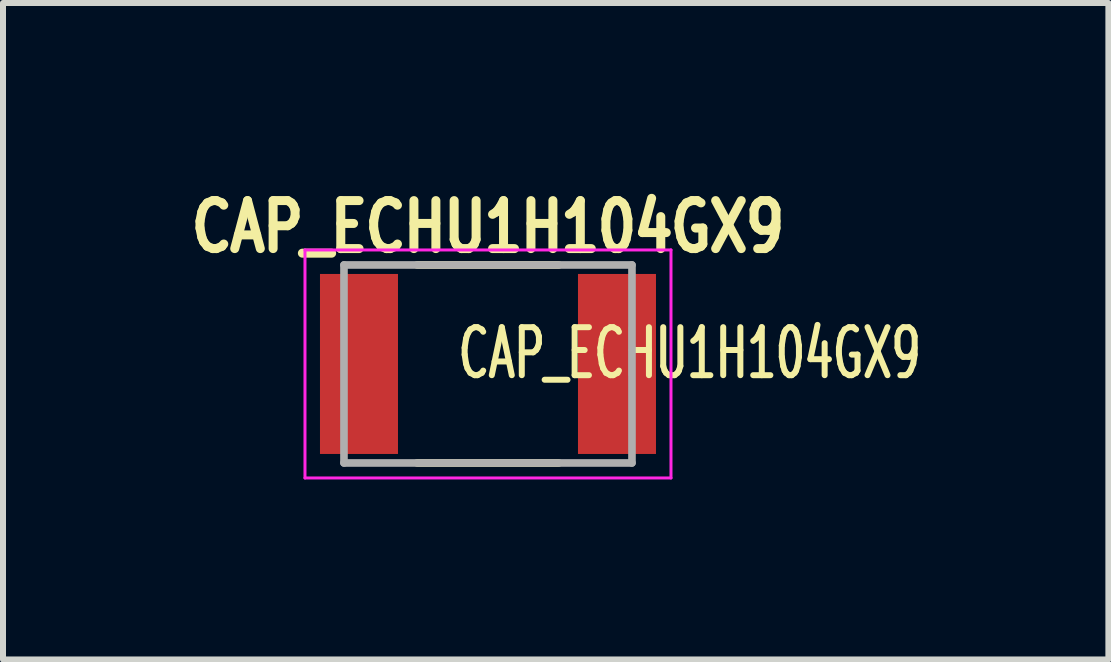
<source format=kicad_pcb>
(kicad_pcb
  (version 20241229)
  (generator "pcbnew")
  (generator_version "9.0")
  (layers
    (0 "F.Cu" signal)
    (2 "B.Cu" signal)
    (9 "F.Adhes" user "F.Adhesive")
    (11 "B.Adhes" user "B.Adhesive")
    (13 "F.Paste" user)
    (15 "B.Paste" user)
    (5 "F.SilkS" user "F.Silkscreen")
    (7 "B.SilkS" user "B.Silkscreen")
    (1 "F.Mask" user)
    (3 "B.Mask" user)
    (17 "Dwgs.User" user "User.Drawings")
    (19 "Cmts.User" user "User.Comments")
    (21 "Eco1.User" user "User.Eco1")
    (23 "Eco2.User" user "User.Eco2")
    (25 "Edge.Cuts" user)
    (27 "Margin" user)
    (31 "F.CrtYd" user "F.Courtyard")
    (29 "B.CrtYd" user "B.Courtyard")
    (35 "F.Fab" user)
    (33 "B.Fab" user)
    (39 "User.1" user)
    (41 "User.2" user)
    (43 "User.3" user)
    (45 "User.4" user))
  (footprint "CAP_ECHU1H104GX9"
    (layer "F.Cu")
    (at 5.083 3.016)
    (property "Reference" "CAP_ECHU1H104GX9" (at 0 -2.285 0) (layer "F.SilkS") (effects (font (size 0.8 0.64) (thickness 0.15))))
    (property "Value" "CAP_ECHU1H104GX9" (at 1.75 2.565 0) (layer "F.Fab") (hide yes) (effects (font (size 0.8 0.64) (thickness 0.15))))
    (attr smd)
    (fp_line (start -1.18 -1.65) (end 1.18 -1.65) (stroke (width 0.127) (type solid)) (layer "F.SilkS"))
    (fp_line (start -1.18 1.65) (end 1.18 1.65) (stroke (width 0.127) (type solid)) (layer "F.SilkS"))
    (fp_line (start -3.05 -1.9) (end -3.05 1.9) (stroke (width 0.05) (type solid)) (layer "F.CrtYd"))
    (fp_line (start -3.05 1.9) (end 3.05 1.9) (stroke (width 0.05) (type solid)) (layer "F.CrtYd"))
    (fp_line (start 3.05 -1.9) (end -3.05 -1.9) (stroke (width 0.05) (type solid)) (layer "F.CrtYd"))
    (fp_line (start 3.05 1.9) (end 3.05 -1.9) (stroke (width 0.05) (type solid)) (layer "F.CrtYd"))
    (fp_line (start -2.4 -1.65) (end -2.4 1.65) (stroke (width 0.127) (type solid)) (layer "F.Fab"))
    (fp_line (start -2.4 -1.65) (end 2.4 -1.65) (stroke (width 0.127) (type solid)) (layer "F.Fab"))
    (fp_line (start -2.4 1.65) (end 2.4 1.65) (stroke (width 0.127) (type solid)) (layer "F.Fab"))
    (fp_line (start 2.4 -1.65) (end 2.4 1.65) (stroke (width 0.127) (type solid)) (layer "F.Fab"))
    (fp_text user "${VALUE}" (at -0.55 0.29 0) (unlocked yes) (layer "F.SilkS") (effects (font (size 0.8 0.5) (thickness 0.1)) (justify left bottom)))
    (pad "1" smd rect (at -2.15 0) (size 1.3 3) (layers "F.Cu" "F.Mask" "F.Paste"))
    (pad "2" smd rect (at 2.15 0) (size 1.3 3) (layers "F.Cu" "F.Mask" "F.Paste")))
  (gr_rect
    (start -3 -3)
    (end 15.423 7.941)
    (stroke (width 0.1) (type default))
    (fill no)
    (layer "Edge.Cuts")))
</source>
